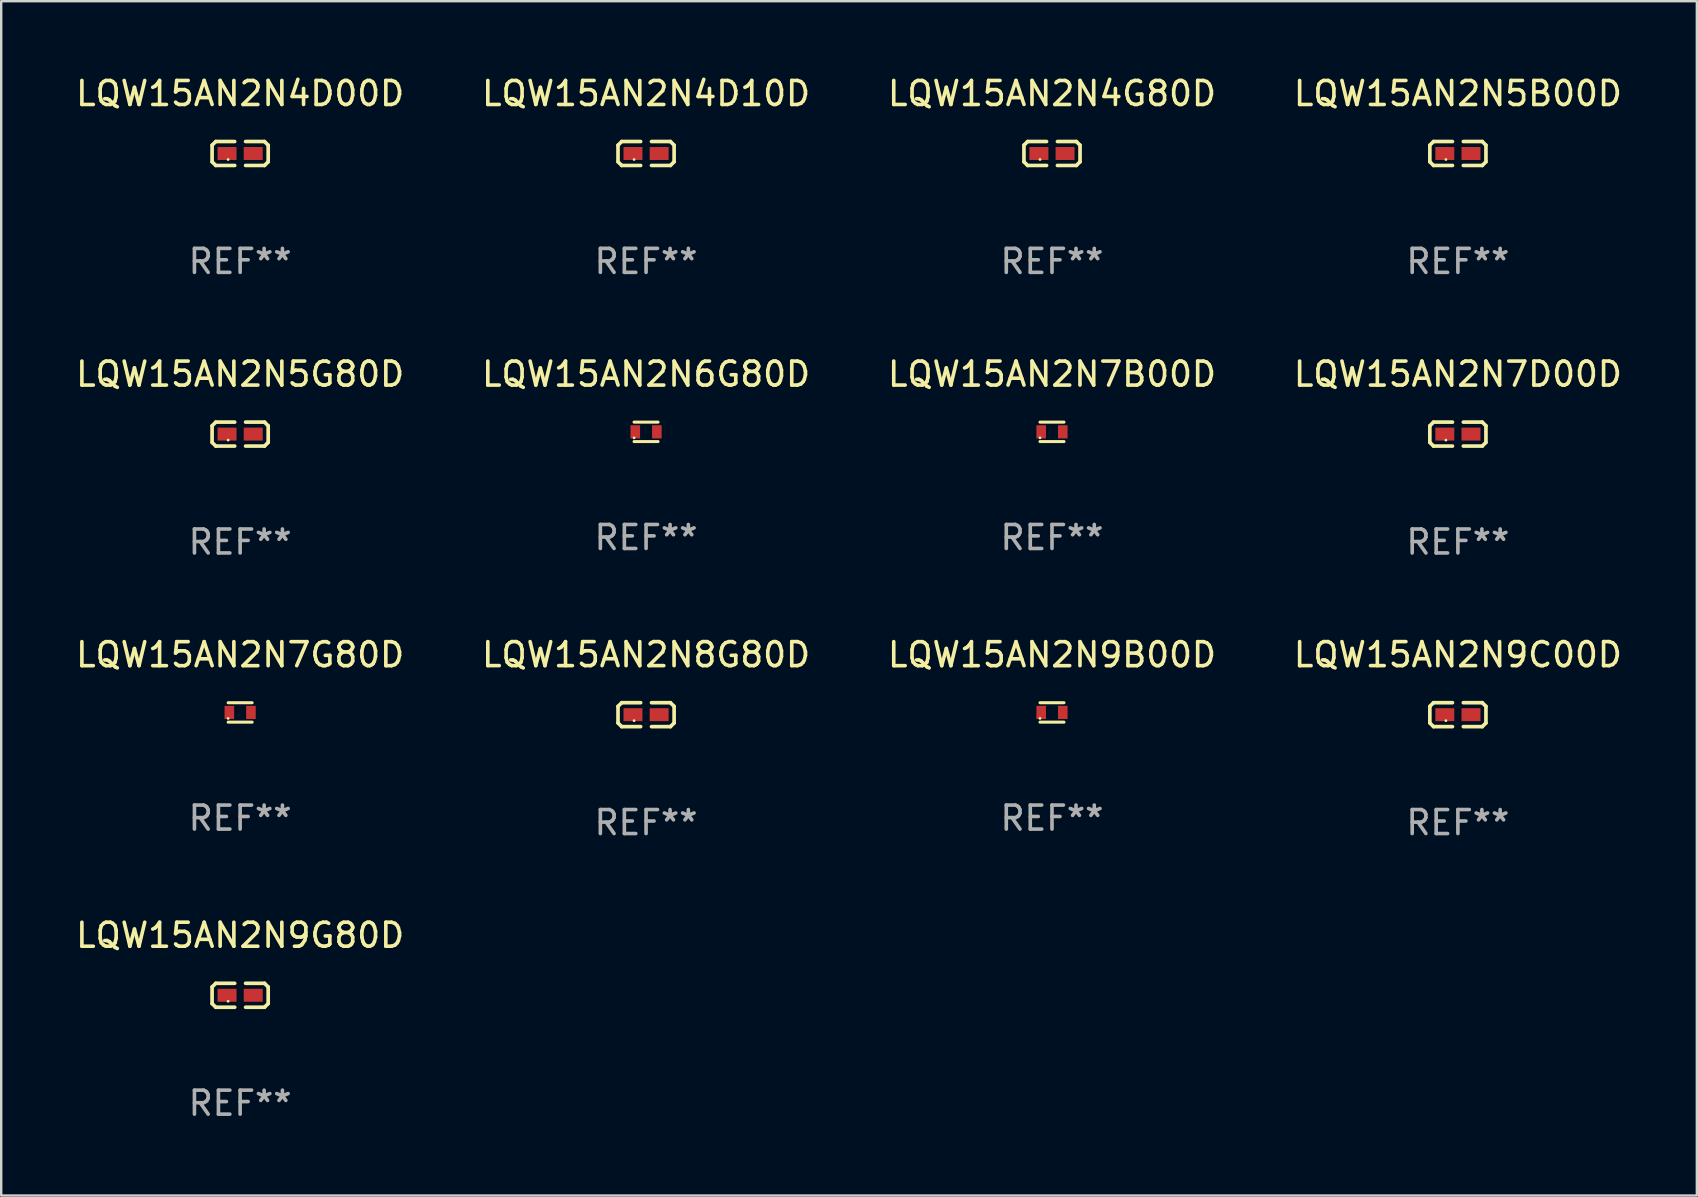
<source format=kicad_pcb>
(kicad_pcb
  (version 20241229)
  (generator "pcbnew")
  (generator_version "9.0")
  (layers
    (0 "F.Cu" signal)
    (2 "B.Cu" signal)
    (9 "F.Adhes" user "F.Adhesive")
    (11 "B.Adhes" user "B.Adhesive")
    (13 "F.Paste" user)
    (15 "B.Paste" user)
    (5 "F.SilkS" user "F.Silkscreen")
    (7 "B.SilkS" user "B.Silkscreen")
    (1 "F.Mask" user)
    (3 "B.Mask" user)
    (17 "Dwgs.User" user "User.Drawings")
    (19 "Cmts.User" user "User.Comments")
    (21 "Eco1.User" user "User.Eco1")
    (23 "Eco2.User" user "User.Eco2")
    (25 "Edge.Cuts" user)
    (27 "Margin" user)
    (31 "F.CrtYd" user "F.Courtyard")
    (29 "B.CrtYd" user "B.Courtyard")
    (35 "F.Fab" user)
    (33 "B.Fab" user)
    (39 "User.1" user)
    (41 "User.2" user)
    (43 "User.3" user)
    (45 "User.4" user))
  (footprint "LQW15AN2N8G80D"
    (layer "F.Cu")
    (at 23.875 26.734)
    (property "Reference" "LQW15AN2N8G80D" (at 0 -2.499 0) (layer "F.SilkS") (effects (font (size 1 1) (thickness 0.15))))
    (attr through_hole)
    (fp_line (start -1.169 -0.346) (end -1.016 -0.499) (stroke (width 0.152) (type solid)) (layer "F.SilkS"))
    (fp_line (start -1.169 0.346) (end -1.169 -0.346) (stroke (width 0.152) (type solid)) (layer "F.SilkS"))
    (fp_line (start -1.016 -0.499) (end -0.226 -0.499) (stroke (width 0.152) (type solid)) (layer "F.SilkS"))
    (fp_line (start -1.016 0.499) (end -1.169 0.346) (stroke (width 0.152) (type solid)) (layer "F.SilkS"))
    (fp_line (start -0.226 0.499) (end -1.016 0.499) (stroke (width 0.152) (type solid)) (layer "F.SilkS"))
    (fp_line (start 0.226 0.499) (end 1.016 0.499) (stroke (width 0.152) (type solid)) (layer "F.SilkS"))
    (fp_line (start 1.016 -0.499) (end 0.226 -0.499) (stroke (width 0.152) (type solid)) (layer "F.SilkS"))
    (fp_line (start 1.016 0.499) (end 1.169 0.346) (stroke (width 0.152) (type solid)) (layer "F.SilkS"))
    (fp_line (start 1.169 -0.346) (end 1.016 -0.499) (stroke (width 0.152) (type solid)) (layer "F.SilkS"))
    (fp_line (start 1.169 0.346) (end 1.169 -0.346) (stroke (width 0.152) (type solid)) (layer "F.SilkS"))
    (fp_circle (center -0.5 0.25) (end -0.47 0.25) (stroke (width 0.06) (type solid)) (fill no) (layer "F.SilkS"))
    (fp_text user "REF**" (at 0 4.499 0) (layer "F.Fab") (effects (font (size 1 1) (thickness 0.15))))
    (pad "1" smd rect (at -0.545 0) (size 0.79 0.54) (layers "F.Cu" "F.Mask" "F.Paste"))
    (pad "2" smd rect (at 0.545 0) (size 0.79 0.54) (layers "F.Cu" "F.Mask" "F.Paste")))
  (footprint "LQW15AN2N5B00D"
    (layer "F.Cu")
    (at 57.708 3.347)
    (property "Reference" "LQW15AN2N5B00D" (at 0 -2.499 0) (layer "F.SilkS") (effects (font (size 1 1) (thickness 0.15))))
    (attr through_hole)
    (fp_line (start -1.169 -0.346) (end -1.016 -0.499) (stroke (width 0.152) (type solid)) (layer "F.SilkS"))
    (fp_line (start -1.169 0.346) (end -1.169 -0.346) (stroke (width 0.152) (type solid)) (layer "F.SilkS"))
    (fp_line (start -1.016 -0.499) (end -0.226 -0.499) (stroke (width 0.152) (type solid)) (layer "F.SilkS"))
    (fp_line (start -1.016 0.499) (end -1.169 0.346) (stroke (width 0.152) (type solid)) (layer "F.SilkS"))
    (fp_line (start -0.226 0.499) (end -1.016 0.499) (stroke (width 0.152) (type solid)) (layer "F.SilkS"))
    (fp_line (start 0.226 0.499) (end 1.016 0.499) (stroke (width 0.152) (type solid)) (layer "F.SilkS"))
    (fp_line (start 1.016 -0.499) (end 0.226 -0.499) (stroke (width 0.152) (type solid)) (layer "F.SilkS"))
    (fp_line (start 1.016 0.499) (end 1.169 0.346) (stroke (width 0.152) (type solid)) (layer "F.SilkS"))
    (fp_line (start 1.169 -0.346) (end 1.016 -0.499) (stroke (width 0.152) (type solid)) (layer "F.SilkS"))
    (fp_line (start 1.169 0.346) (end 1.169 -0.346) (stroke (width 0.152) (type solid)) (layer "F.SilkS"))
    (fp_circle (center -0.5 0.25) (end -0.47 0.25) (stroke (width 0.06) (type solid)) (fill no) (layer "F.SilkS"))
    (fp_text user "REF**" (at 0 4.499 0) (layer "F.Fab") (effects (font (size 1 1) (thickness 0.15))))
    (pad "1" smd rect (at -0.545 0) (size 0.79 0.54) (layers "F.Cu" "F.Mask" "F.Paste"))
    (pad "2" smd rect (at 0.545 0) (size 0.79 0.54) (layers "F.Cu" "F.Mask" "F.Paste")))
  (footprint "LQW15AN2N7B00D"
    (layer "F.Cu")
    (at 40.792 14.947)
    (property "Reference" "LQW15AN2N7B00D" (at 0 -2.405 0) (layer "F.SilkS") (effects (font (size 1 1) (thickness 0.15))))
    (attr through_hole)
    (fp_line (start -0.5 -0.405) (end 0.5 -0.405) (stroke (width 0.127) (type solid)) (layer "F.SilkS"))
    (fp_line (start -0.5 0.405) (end 0.5 0.405) (stroke (width 0.127) (type solid)) (layer "F.SilkS"))
    (fp_circle (center -0.5 0.25) (end -0.47 0.25) (stroke (width 0.06) (type solid)) (fill no) (layer "F.SilkS"))
    (fp_text user "REF**" (at 0 4.405 0) (layer "F.Fab") (effects (font (size 1 1) (thickness 0.15))))
    (pad "1" smd rect (at -0.45 0 90) (size 0.55 0.4) (layers "F.Cu" "F.Mask" "F.Paste"))
    (pad "2" smd rect (at 0.45 0 90) (size 0.55 0.4) (layers "F.Cu" "F.Mask" "F.Paste")))
  (footprint "LQW15AN2N6G80D"
    (layer "F.Cu")
    (at 23.875 14.947)
    (property "Reference" "LQW15AN2N6G80D" (at 0 -2.405 0) (layer "F.SilkS") (effects (font (size 1 1) (thickness 0.15))))
    (attr through_hole)
    (fp_line (start -0.5 -0.405) (end 0.5 -0.405) (stroke (width 0.127) (type solid)) (layer "F.SilkS"))
    (fp_line (start -0.5 0.405) (end 0.5 0.405) (stroke (width 0.127) (type solid)) (layer "F.SilkS"))
    (fp_circle (center -0.5 0.25) (end -0.47 0.25) (stroke (width 0.06) (type solid)) (fill no) (layer "F.SilkS"))
    (fp_text user "REF**" (at 0 4.405 0) (layer "F.Fab") (effects (font (size 1 1) (thickness 0.15))))
    (pad "1" smd rect (at -0.45 0 90) (size 0.55 0.4) (layers "F.Cu" "F.Mask" "F.Paste"))
    (pad "2" smd rect (at 0.45 0 90) (size 0.55 0.4) (layers "F.Cu" "F.Mask" "F.Paste")))
  (footprint "LQW15AN2N5G80D"
    (layer "F.Cu")
    (at 6.958 15.041)
    (property "Reference" "LQW15AN2N5G80D" (at 0 -2.499 0) (layer "F.SilkS") (effects (font (size 1 1) (thickness 0.15))))
    (attr through_hole)
    (fp_line (start -1.169 -0.346) (end -1.016 -0.499) (stroke (width 0.152) (type solid)) (layer "F.SilkS"))
    (fp_line (start -1.169 0.346) (end -1.169 -0.346) (stroke (width 0.152) (type solid)) (layer "F.SilkS"))
    (fp_line (start -1.016 -0.499) (end -0.226 -0.499) (stroke (width 0.152) (type solid)) (layer "F.SilkS"))
    (fp_line (start -1.016 0.499) (end -1.169 0.346) (stroke (width 0.152) (type solid)) (layer "F.SilkS"))
    (fp_line (start -0.226 0.499) (end -1.016 0.499) (stroke (width 0.152) (type solid)) (layer "F.SilkS"))
    (fp_line (start 0.226 0.499) (end 1.016 0.499) (stroke (width 0.152) (type solid)) (layer "F.SilkS"))
    (fp_line (start 1.016 -0.499) (end 0.226 -0.499) (stroke (width 0.152) (type solid)) (layer "F.SilkS"))
    (fp_line (start 1.016 0.499) (end 1.169 0.346) (stroke (width 0.152) (type solid)) (layer "F.SilkS"))
    (fp_line (start 1.169 -0.346) (end 1.016 -0.499) (stroke (width 0.152) (type solid)) (layer "F.SilkS"))
    (fp_line (start 1.169 0.346) (end 1.169 -0.346) (stroke (width 0.152) (type solid)) (layer "F.SilkS"))
    (fp_circle (center -0.5 0.25) (end -0.47 0.25) (stroke (width 0.06) (type solid)) (fill no) (layer "F.SilkS"))
    (fp_text user "REF**" (at 0 4.499 0) (layer "F.Fab") (effects (font (size 1 1) (thickness 0.15))))
    (pad "1" smd rect (at -0.545 0) (size 0.79 0.54) (layers "F.Cu" "F.Mask" "F.Paste"))
    (pad "2" smd rect (at 0.545 0) (size 0.79 0.54) (layers "F.Cu" "F.Mask" "F.Paste")))
  (footprint "LQW15AN2N7D00D"
    (layer "F.Cu")
    (at 57.708 15.041)
    (property "Reference" "LQW15AN2N7D00D" (at 0 -2.499 0) (layer "F.SilkS") (effects (font (size 1 1) (thickness 0.15))))
    (attr through_hole)
    (fp_line (start -1.169 -0.346) (end -1.016 -0.499) (stroke (width 0.152) (type solid)) (layer "F.SilkS"))
    (fp_line (start -1.169 0.346) (end -1.169 -0.346) (stroke (width 0.152) (type solid)) (layer "F.SilkS"))
    (fp_line (start -1.016 -0.499) (end -0.226 -0.499) (stroke (width 0.152) (type solid)) (layer "F.SilkS"))
    (fp_line (start -1.016 0.499) (end -1.169 0.346) (stroke (width 0.152) (type solid)) (layer "F.SilkS"))
    (fp_line (start -0.226 0.499) (end -1.016 0.499) (stroke (width 0.152) (type solid)) (layer "F.SilkS"))
    (fp_line (start 0.226 0.499) (end 1.016 0.499) (stroke (width 0.152) (type solid)) (layer "F.SilkS"))
    (fp_line (start 1.016 -0.499) (end 0.226 -0.499) (stroke (width 0.152) (type solid)) (layer "F.SilkS"))
    (fp_line (start 1.016 0.499) (end 1.169 0.346) (stroke (width 0.152) (type solid)) (layer "F.SilkS"))
    (fp_line (start 1.169 -0.346) (end 1.016 -0.499) (stroke (width 0.152) (type solid)) (layer "F.SilkS"))
    (fp_line (start 1.169 0.346) (end 1.169 -0.346) (stroke (width 0.152) (type solid)) (layer "F.SilkS"))
    (fp_circle (center -0.5 0.25) (end -0.47 0.25) (stroke (width 0.06) (type solid)) (fill no) (layer "F.SilkS"))
    (fp_text user "REF**" (at 0 4.499 0) (layer "F.Fab") (effects (font (size 1 1) (thickness 0.15))))
    (pad "1" smd rect (at -0.545 0) (size 0.79 0.54) (layers "F.Cu" "F.Mask" "F.Paste"))
    (pad "2" smd rect (at 0.545 0) (size 0.79 0.54) (layers "F.Cu" "F.Mask" "F.Paste")))
  (footprint "LQW15AN2N9C00D"
    (layer "F.Cu")
    (at 57.708 26.734)
    (property "Reference" "LQW15AN2N9C00D" (at 0 -2.499 0) (layer "F.SilkS") (effects (font (size 1 1) (thickness 0.15))))
    (attr through_hole)
    (fp_line (start -1.169 -0.346) (end -1.016 -0.499) (stroke (width 0.152) (type solid)) (layer "F.SilkS"))
    (fp_line (start -1.169 0.346) (end -1.169 -0.346) (stroke (width 0.152) (type solid)) (layer "F.SilkS"))
    (fp_line (start -1.016 -0.499) (end -0.226 -0.499) (stroke (width 0.152) (type solid)) (layer "F.SilkS"))
    (fp_line (start -1.016 0.499) (end -1.169 0.346) (stroke (width 0.152) (type solid)) (layer "F.SilkS"))
    (fp_line (start -0.226 0.499) (end -1.016 0.499) (stroke (width 0.152) (type solid)) (layer "F.SilkS"))
    (fp_line (start 0.226 0.499) (end 1.016 0.499) (stroke (width 0.152) (type solid)) (layer "F.SilkS"))
    (fp_line (start 1.016 -0.499) (end 0.226 -0.499) (stroke (width 0.152) (type solid)) (layer "F.SilkS"))
    (fp_line (start 1.016 0.499) (end 1.169 0.346) (stroke (width 0.152) (type solid)) (layer "F.SilkS"))
    (fp_line (start 1.169 -0.346) (end 1.016 -0.499) (stroke (width 0.152) (type solid)) (layer "F.SilkS"))
    (fp_line (start 1.169 0.346) (end 1.169 -0.346) (stroke (width 0.152) (type solid)) (layer "F.SilkS"))
    (fp_circle (center -0.5 0.25) (end -0.47 0.25) (stroke (width 0.06) (type solid)) (fill no) (layer "F.SilkS"))
    (fp_text user "REF**" (at 0 4.499 0) (layer "F.Fab") (effects (font (size 1 1) (thickness 0.15))))
    (pad "1" smd rect (at -0.545 0) (size 0.79 0.54) (layers "F.Cu" "F.Mask" "F.Paste"))
    (pad "2" smd rect (at 0.545 0) (size 0.79 0.54) (layers "F.Cu" "F.Mask" "F.Paste")))
  (footprint "LQW15AN2N9B00D"
    (layer "F.Cu")
    (at 40.792 26.641)
    (property "Reference" "LQW15AN2N9B00D" (at 0 -2.405 0) (layer "F.SilkS") (effects (font (size 1 1) (thickness 0.15))))
    (attr through_hole)
    (fp_line (start -0.5 -0.405) (end 0.5 -0.405) (stroke (width 0.127) (type solid)) (layer "F.SilkS"))
    (fp_line (start -0.5 0.405) (end 0.5 0.405) (stroke (width 0.127) (type solid)) (layer "F.SilkS"))
    (fp_circle (center -0.5 0.25) (end -0.47 0.25) (stroke (width 0.06) (type solid)) (fill no) (layer "F.SilkS"))
    (fp_text user "REF**" (at 0 4.405 0) (layer "F.Fab") (effects (font (size 1 1) (thickness 0.15))))
    (pad "1" smd rect (at -0.45 0 90) (size 0.55 0.4) (layers "F.Cu" "F.Mask" "F.Paste"))
    (pad "2" smd rect (at 0.45 0 90) (size 0.55 0.4) (layers "F.Cu" "F.Mask" "F.Paste")))
  (footprint "LQW15AN2N4D10D"
    (layer "F.Cu")
    (at 23.875 3.347)
    (property "Reference" "LQW15AN2N4D10D" (at 0 -2.499 0) (layer "F.SilkS") (effects (font (size 1 1) (thickness 0.15))))
    (attr through_hole)
    (fp_line (start -1.169 -0.346) (end -1.016 -0.499) (stroke (width 0.152) (type solid)) (layer "F.SilkS"))
    (fp_line (start -1.169 0.346) (end -1.169 -0.346) (stroke (width 0.152) (type solid)) (layer "F.SilkS"))
    (fp_line (start -1.016 -0.499) (end -0.226 -0.499) (stroke (width 0.152) (type solid)) (layer "F.SilkS"))
    (fp_line (start -1.016 0.499) (end -1.169 0.346) (stroke (width 0.152) (type solid)) (layer "F.SilkS"))
    (fp_line (start -0.226 0.499) (end -1.016 0.499) (stroke (width 0.152) (type solid)) (layer "F.SilkS"))
    (fp_line (start 0.226 0.499) (end 1.016 0.499) (stroke (width 0.152) (type solid)) (layer "F.SilkS"))
    (fp_line (start 1.016 -0.499) (end 0.226 -0.499) (stroke (width 0.152) (type solid)) (layer "F.SilkS"))
    (fp_line (start 1.016 0.499) (end 1.169 0.346) (stroke (width 0.152) (type solid)) (layer "F.SilkS"))
    (fp_line (start 1.169 -0.346) (end 1.016 -0.499) (stroke (width 0.152) (type solid)) (layer "F.SilkS"))
    (fp_line (start 1.169 0.346) (end 1.169 -0.346) (stroke (width 0.152) (type solid)) (layer "F.SilkS"))
    (fp_circle (center -0.5 0.25) (end -0.47 0.25) (stroke (width 0.06) (type solid)) (fill no) (layer "F.SilkS"))
    (fp_text user "REF**" (at 0 4.499 0) (layer "F.Fab") (effects (font (size 1 1) (thickness 0.15))))
    (pad "1" smd rect (at -0.545 0) (size 0.79 0.54) (layers "F.Cu" "F.Mask" "F.Paste"))
    (pad "2" smd rect (at 0.545 0) (size 0.79 0.54) (layers "F.Cu" "F.Mask" "F.Paste")))
  (footprint "LQW15AN2N9G80D"
    (layer "F.Cu")
    (at 6.958 38.428)
    (property "Reference" "LQW15AN2N9G80D" (at 0 -2.499 0) (layer "F.SilkS") (effects (font (size 1 1) (thickness 0.15))))
    (attr through_hole)
    (fp_line (start -1.169 -0.346) (end -1.016 -0.499) (stroke (width 0.152) (type solid)) (layer "F.SilkS"))
    (fp_line (start -1.169 0.346) (end -1.169 -0.346) (stroke (width 0.152) (type solid)) (layer "F.SilkS"))
    (fp_line (start -1.016 -0.499) (end -0.226 -0.499) (stroke (width 0.152) (type solid)) (layer "F.SilkS"))
    (fp_line (start -1.016 0.499) (end -1.169 0.346) (stroke (width 0.152) (type solid)) (layer "F.SilkS"))
    (fp_line (start -0.226 0.499) (end -1.016 0.499) (stroke (width 0.152) (type solid)) (layer "F.SilkS"))
    (fp_line (start 0.226 0.499) (end 1.016 0.499) (stroke (width 0.152) (type solid)) (layer "F.SilkS"))
    (fp_line (start 1.016 -0.499) (end 0.226 -0.499) (stroke (width 0.152) (type solid)) (layer "F.SilkS"))
    (fp_line (start 1.016 0.499) (end 1.169 0.346) (stroke (width 0.152) (type solid)) (layer "F.SilkS"))
    (fp_line (start 1.169 -0.346) (end 1.016 -0.499) (stroke (width 0.152) (type solid)) (layer "F.SilkS"))
    (fp_line (start 1.169 0.346) (end 1.169 -0.346) (stroke (width 0.152) (type solid)) (layer "F.SilkS"))
    (fp_circle (center -0.5 0.25) (end -0.47 0.25) (stroke (width 0.06) (type solid)) (fill no) (layer "F.SilkS"))
    (fp_text user "REF**" (at 0 4.499 0) (layer "F.Fab") (effects (font (size 1 1) (thickness 0.15))))
    (pad "1" smd rect (at -0.545 0) (size 0.79 0.54) (layers "F.Cu" "F.Mask" "F.Paste"))
    (pad "2" smd rect (at 0.545 0) (size 0.79 0.54) (layers "F.Cu" "F.Mask" "F.Paste")))
  (footprint "LQW15AN2N4G80D"
    (layer "F.Cu")
    (at 40.792 3.347)
    (property "Reference" "LQW15AN2N4G80D" (at 0 -2.499 0) (layer "F.SilkS") (effects (font (size 1 1) (thickness 0.15))))
    (attr through_hole)
    (fp_line (start -1.169 -0.346) (end -1.016 -0.499) (stroke (width 0.152) (type solid)) (layer "F.SilkS"))
    (fp_line (start -1.169 0.346) (end -1.169 -0.346) (stroke (width 0.152) (type solid)) (layer "F.SilkS"))
    (fp_line (start -1.016 -0.499) (end -0.226 -0.499) (stroke (width 0.152) (type solid)) (layer "F.SilkS"))
    (fp_line (start -1.016 0.499) (end -1.169 0.346) (stroke (width 0.152) (type solid)) (layer "F.SilkS"))
    (fp_line (start -0.226 0.499) (end -1.016 0.499) (stroke (width 0.152) (type solid)) (layer "F.SilkS"))
    (fp_line (start 0.226 0.499) (end 1.016 0.499) (stroke (width 0.152) (type solid)) (layer "F.SilkS"))
    (fp_line (start 1.016 -0.499) (end 0.226 -0.499) (stroke (width 0.152) (type solid)) (layer "F.SilkS"))
    (fp_line (start 1.016 0.499) (end 1.169 0.346) (stroke (width 0.152) (type solid)) (layer "F.SilkS"))
    (fp_line (start 1.169 -0.346) (end 1.016 -0.499) (stroke (width 0.152) (type solid)) (layer "F.SilkS"))
    (fp_line (start 1.169 0.346) (end 1.169 -0.346) (stroke (width 0.152) (type solid)) (layer "F.SilkS"))
    (fp_circle (center -0.5 0.25) (end -0.47 0.25) (stroke (width 0.06) (type solid)) (fill no) (layer "F.SilkS"))
    (fp_text user "REF**" (at 0 4.499 0) (layer "F.Fab") (effects (font (size 1 1) (thickness 0.15))))
    (pad "1" smd rect (at -0.545 0) (size 0.79 0.54) (layers "F.Cu" "F.Mask" "F.Paste"))
    (pad "2" smd rect (at 0.545 0) (size 0.79 0.54) (layers "F.Cu" "F.Mask" "F.Paste")))
  (footprint "LQW15AN2N7G80D"
    (layer "F.Cu")
    (at 6.958 26.641)
    (property "Reference" "LQW15AN2N7G80D" (at 0 -2.405 0) (layer "F.SilkS") (effects (font (size 1 1) (thickness 0.15))))
    (attr through_hole)
    (fp_line (start -0.5 -0.405) (end 0.5 -0.405) (stroke (width 0.127) (type solid)) (layer "F.SilkS"))
    (fp_line (start -0.5 0.405) (end 0.5 0.405) (stroke (width 0.127) (type solid)) (layer "F.SilkS"))
    (fp_circle (center -0.5 0.25) (end -0.47 0.25) (stroke (width 0.06) (type solid)) (fill no) (layer "F.SilkS"))
    (fp_text user "REF**" (at 0 4.405 0) (layer "F.Fab") (effects (font (size 1 1) (thickness 0.15))))
    (pad "1" smd rect (at -0.45 0 90) (size 0.55 0.4) (layers "F.Cu" "F.Mask" "F.Paste"))
    (pad "2" smd rect (at 0.45 0 90) (size 0.55 0.4) (layers "F.Cu" "F.Mask" "F.Paste")))
  (footprint "LQW15AN2N4D00D"
    (layer "F.Cu")
    (at 6.958 3.347)
    (property "Reference" "LQW15AN2N4D00D" (at 0 -2.499 0) (layer "F.SilkS") (effects (font (size 1 1) (thickness 0.15))))
    (attr through_hole)
    (fp_line (start -1.169 -0.346) (end -1.016 -0.499) (stroke (width 0.152) (type solid)) (layer "F.SilkS"))
    (fp_line (start -1.169 0.346) (end -1.169 -0.346) (stroke (width 0.152) (type solid)) (layer "F.SilkS"))
    (fp_line (start -1.016 -0.499) (end -0.226 -0.499) (stroke (width 0.152) (type solid)) (layer "F.SilkS"))
    (fp_line (start -1.016 0.499) (end -1.169 0.346) (stroke (width 0.152) (type solid)) (layer "F.SilkS"))
    (fp_line (start -0.226 0.499) (end -1.016 0.499) (stroke (width 0.152) (type solid)) (layer "F.SilkS"))
    (fp_line (start 0.226 0.499) (end 1.016 0.499) (stroke (width 0.152) (type solid)) (layer "F.SilkS"))
    (fp_line (start 1.016 -0.499) (end 0.226 -0.499) (stroke (width 0.152) (type solid)) (layer "F.SilkS"))
    (fp_line (start 1.016 0.499) (end 1.169 0.346) (stroke (width 0.152) (type solid)) (layer "F.SilkS"))
    (fp_line (start 1.169 -0.346) (end 1.016 -0.499) (stroke (width 0.152) (type solid)) (layer "F.SilkS"))
    (fp_line (start 1.169 0.346) (end 1.169 -0.346) (stroke (width 0.152) (type solid)) (layer "F.SilkS"))
    (fp_circle (center -0.5 0.25) (end -0.47 0.25) (stroke (width 0.06) (type solid)) (fill no) (layer "F.SilkS"))
    (fp_text user "REF**" (at 0 4.499 0) (layer "F.Fab") (effects (font (size 1 1) (thickness 0.15))))
    (pad "1" smd rect (at -0.545 0) (size 0.79 0.54) (layers "F.Cu" "F.Mask" "F.Paste"))
    (pad "2" smd rect (at 0.545 0) (size 0.79 0.54) (layers "F.Cu" "F.Mask" "F.Paste")))
  (gr_rect
    (start -3 -3)
    (end 67.667 46.775)
    (stroke (width 0.1) (type default))
    (fill no)
    (layer "Edge.Cuts")))
</source>
